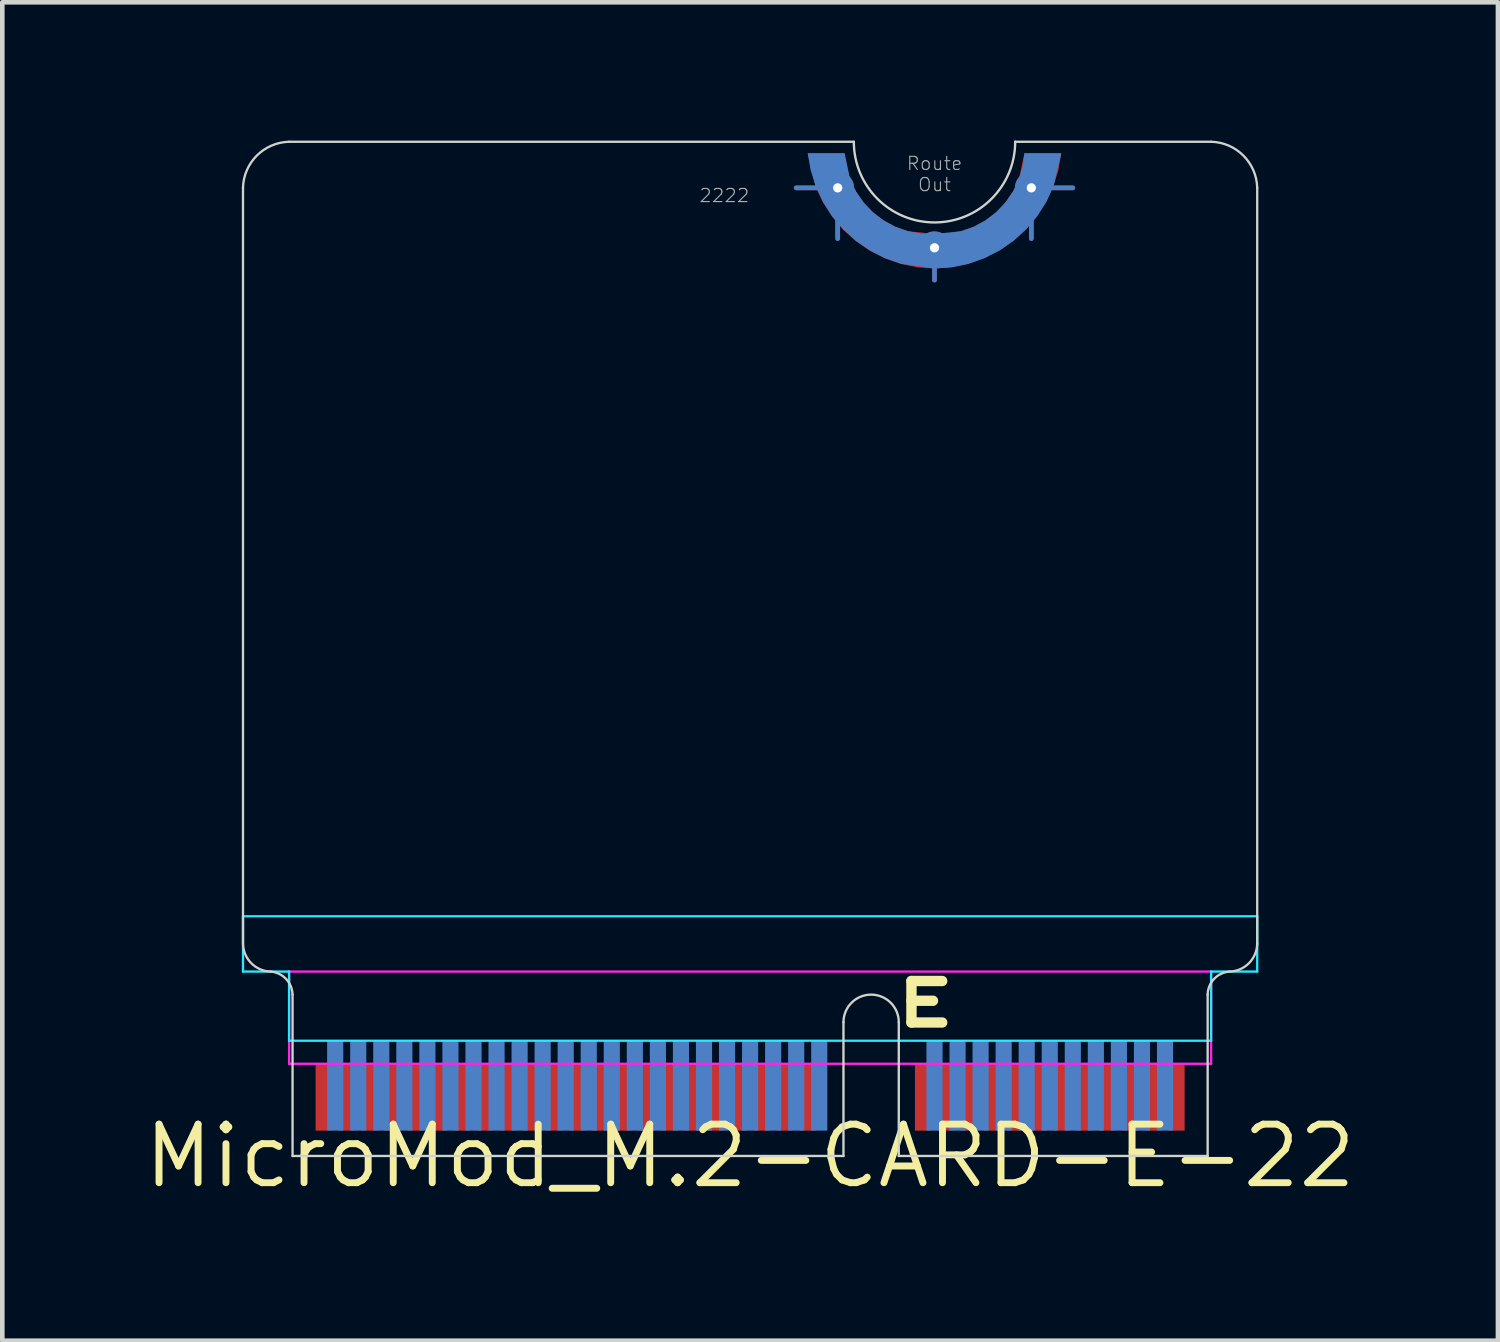
<source format=kicad_pcb>
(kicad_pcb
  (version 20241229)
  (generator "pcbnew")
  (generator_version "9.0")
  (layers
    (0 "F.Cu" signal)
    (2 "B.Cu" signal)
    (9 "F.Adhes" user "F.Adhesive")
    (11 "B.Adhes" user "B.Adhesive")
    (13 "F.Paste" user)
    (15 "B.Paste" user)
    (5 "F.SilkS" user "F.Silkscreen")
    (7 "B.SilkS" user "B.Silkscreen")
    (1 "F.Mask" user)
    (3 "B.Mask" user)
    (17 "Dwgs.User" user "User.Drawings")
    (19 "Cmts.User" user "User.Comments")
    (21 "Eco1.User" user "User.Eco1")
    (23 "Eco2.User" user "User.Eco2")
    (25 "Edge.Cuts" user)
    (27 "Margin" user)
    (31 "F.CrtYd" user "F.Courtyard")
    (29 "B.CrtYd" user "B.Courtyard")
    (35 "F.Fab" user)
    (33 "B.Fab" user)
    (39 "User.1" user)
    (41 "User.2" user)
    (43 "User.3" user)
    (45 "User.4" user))
  (footprint "MicroMod_M.2-CARD-E-22"
    (layer "F.Cu")
    (at 13.221 22.025)
    (property "Reference" "MicroMod_M.2-CARD-E-22" (at 0 0 0) (layer "F.SilkS") (effects (font (size 1.27 1.27) (thickness 0.15))))
    (attr exclude_from_pos_files exclude_from_bom)
    (fp_line (start 1.9 -21) (end 1 -21) (stroke (width 0.102) (type solid)) (layer "F.Cu"))
    (fp_line (start 1.9 -21) (end 1.9 -19.9) (stroke (width 0.102) (type solid)) (layer "F.Cu"))
    (fp_line (start 4 -19.7) (end 4 -19) (stroke (width 0.102) (type solid)) (layer "F.Cu"))
    (fp_line (start 6.1 -21) (end 6.1 -19.9) (stroke (width 0.102) (type solid)) (layer "F.Cu"))
    (fp_line (start 6.1 -21) (end 7 -21) (stroke (width 0.102) (type solid)) (layer "F.Cu"))
    (fp_poly (pts (xy 1.25 -21.75) (xy 2.05 -21.75) (xy 2.088 -21.462) (xy 2.171 -21.183) (xy 2.297 -20.921) (xy 2.462 -20.682) (xy 2.663 -20.471) (xy 2.893 -20.295) (xy 3.149 -20.156) (xy 3.423 -20.06) (xy 4 -20) (xy 4.291 -20.007) (xy 4.577 -20.06) (xy 4.851 -20.156) (xy 5.107 -20.295) (xy 5.337 -20.471) (xy 5.538 -20.682) (xy 5.703 -20.921) (xy 5.829 -21.183) (xy 5.95 -21.75) (xy 6.75 -21.75) (xy 6.687 -21.386) (xy 6.576 -21.034) (xy 6.42 -20.699) (xy 6.222 -20.388) (xy 5.983 -20.105) (xy 5.71 -19.857) (xy 5.406 -19.647) (xy 5.078 -19.478) (xy 4.73 -19.355) (xy 4.368 -19.278) (xy 4 -19.25) (xy 3.631 -19.276) (xy 3.268 -19.35) (xy 2.919 -19.473) (xy 2.589 -19.64) (xy 2.285 -19.85) (xy 2.011 -20.099) (xy 1.773 -20.383) (xy 1.574 -20.695) (xy 1.419 -21.031)) (stroke (width 0) (type solid)) (fill yes) (layer "F.Cu"))
    (fp_arc (start 6.75 -22) (mid 4 -19.25) (end 1.25 -22) (stroke (width 0.0508) (type solid)) (layer "F.Mask"))
    (fp_poly (pts (xy 1.25 -22) (xy 2.25 -22) (xy 2.277 -21.696) (xy 2.356 -21.401) (xy 2.484 -21.125) (xy 2.659 -20.875) (xy 2.875 -20.659) (xy 3.125 -20.484) (xy 3.401 -20.356) (xy 3.696 -20.277) (xy 4 -20.25) (xy 4.304 -20.277) (xy 4.599 -20.356) (xy 4.875 -20.484) (xy 5.125 -20.659) (xy 5.341 -20.875) (xy 5.516 -21.125) (xy 5.644 -21.401) (xy 5.75 -22) (xy 6.75 -22) (xy 6.726 -21.641) (xy 6.656 -21.288) (xy 6.541 -20.948) (xy 6.382 -20.625) (xy 6.182 -20.326) (xy 5.945 -20.055) (xy 5.674 -19.818) (xy 5.375 -19.618) (xy 5.052 -19.459) (xy 4.712 -19.344) (xy 4 -19.25) (xy 3.641 -19.274) (xy 3.288 -19.344) (xy 2.948 -19.459) (xy 2.625 -19.618) (xy 2.326 -19.818) (xy 2.055 -20.055) (xy 1.818 -20.326) (xy 1.618 -20.625) (xy 1.459 -20.948) (xy 1.344 -21.288) (xy 1.274 -21.641)) (stroke (width 0) (type solid)) (fill yes) (layer "F.Mask"))
    (fp_line (start 1.9 -21) (end 1 -21) (stroke (width 0.102) (type solid)) (layer "B.Cu"))
    (fp_line (start 1.9 -21) (end 1.9 -19.9) (stroke (width 0.102) (type solid)) (layer "B.Cu"))
    (fp_line (start 4 -19.7) (end 4 -19) (stroke (width 0.102) (type solid)) (layer "B.Cu"))
    (fp_line (start 6.1 -21) (end 6.1 -19.9) (stroke (width 0.102) (type solid)) (layer "B.Cu"))
    (fp_line (start 6.1 -21) (end 7 -21) (stroke (width 0.102) (type solid)) (layer "B.Cu"))
    (fp_poly (pts (xy 6.75 -21.75) (xy 5.95 -21.75) (xy 5.912 -21.462) (xy 5.829 -21.183) (xy 5.703 -20.921) (xy 5.538 -20.682) (xy 5.337 -20.471) (xy 5.107 -20.295) (xy 4.851 -20.156) (xy 4.577 -20.06) (xy 4 -20) (xy 3.709 -20.007) (xy 3.423 -20.06) (xy 3.149 -20.156) (xy 2.893 -20.295) (xy 2.663 -20.471) (xy 2.462 -20.682) (xy 2.297 -20.921) (xy 2.171 -21.183) (xy 2.05 -21.75) (xy 1.25 -21.75) (xy 1.25 -21.75) (xy 1.313 -21.386) (xy 1.424 -21.034) (xy 1.58 -20.699) (xy 1.778 -20.388) (xy 2.017 -20.105) (xy 2.29 -19.857) (xy 2.594 -19.647) (xy 2.922 -19.478) (xy 3.27 -19.355) (xy 4 -19.25) (xy 4 -19.25) (xy 4.369 -19.276) (xy 4.732 -19.35) (xy 5.081 -19.473) (xy 5.411 -19.64) (xy 5.715 -19.85) (xy 5.989 -20.099) (xy 6.227 -20.383) (xy 6.426 -20.695) (xy 6.581 -21.031)) (stroke (width 0) (type solid)) (fill yes) (layer "B.Cu"))
    (fp_arc (start 6.75 -22) (mid 4 -19.25) (end 1.25 -22) (stroke (width 0.0508) (type solid)) (layer "B.Mask"))
    (fp_poly (pts (xy 6.75 -22) (xy 5.75 -22) (xy 5.723 -21.696) (xy 5.644 -21.401) (xy 5.516 -21.125) (xy 5.341 -20.875) (xy 5.125 -20.659) (xy 4.875 -20.484) (xy 4.599 -20.356) (xy 4.304 -20.277) (xy 4 -20.25) (xy 3.696 -20.277) (xy 3.401 -20.356) (xy 3.125 -20.484) (xy 2.875 -20.659) (xy 2.659 -20.875) (xy 2.484 -21.125) (xy 2.356 -21.401) (xy 2.277 -21.696) (xy 2.25 -22) (xy 1.25 -22) (xy 1.274 -21.641) (xy 1.344 -21.288) (xy 1.459 -20.948) (xy 1.618 -20.625) (xy 1.818 -20.326) (xy 2.055 -20.055) (xy 2.326 -19.818) (xy 2.625 -19.618) (xy 2.948 -19.459) (xy 3.288 -19.344) (xy 3.641 -19.274) (xy 4 -19.25) (xy 4.359 -19.274) (xy 4.712 -19.344) (xy 5.052 -19.459) (xy 5.375 -19.618) (xy 5.674 -19.818) (xy 5.945 -20.055) (xy 6.182 -20.326) (xy 6.382 -20.625) (xy 6.541 -20.948) (xy 6.656 -21.288)) (stroke (width 0) (type solid)) (fill yes) (layer "B.Mask"))
    (fp_line (start -11 -21) (end -11 -4.6) (stroke (width 0.051) (type solid)) (layer "Edge.Cuts"))
    (fp_line (start -9.925 0) (end -9.925 -3.5) (stroke (width 0.051) (type solid)) (layer "Edge.Cuts"))
    (fp_line (start 2.025 -2.9) (end 2.025 0) (stroke (width 0.051) (type solid)) (layer "Edge.Cuts"))
    (fp_line (start 2.025 0) (end -9.925 0) (stroke (width 0.051) (type solid)) (layer "Edge.Cuts"))
    (fp_line (start 2.25 -22) (end -10 -22) (stroke (width 0.051) (type solid)) (layer "Edge.Cuts"))
    (fp_line (start 3.225 -2.9) (end 3.225 0) (stroke (width 0.051) (type solid)) (layer "Edge.Cuts"))
    (fp_line (start 9.925 -3.5) (end 9.925 0) (stroke (width 0.051) (type solid)) (layer "Edge.Cuts"))
    (fp_line (start 9.925 0) (end 3.225 0) (stroke (width 0.051) (type solid)) (layer "Edge.Cuts"))
    (fp_line (start 10 -22) (end 5.75 -22) (stroke (width 0.051) (type solid)) (layer "Edge.Cuts"))
    (fp_line (start 11 -21) (end 11 -4.6) (stroke (width 0.05) (type solid)) (layer "Edge.Cuts"))
    (fp_arc (start -11 -21) (mid -10.7 -21.7) (end -10 -22) (stroke (width 0.05) (type solid)) (layer "Edge.Cuts"))
    (fp_arc (start -10.400001 -3.999999) (mid -10.819362 -4.180638) (end -11 -4.6) (stroke (width 0.05) (type solid)) (layer "Edge.Cuts"))
    (fp_arc (start -10.4 -4) (mid -10.066759 -3.840954) (end -9.925 -3.5) (stroke (width 0.0508) (type solid)) (layer "Edge.Cuts"))
    (fp_arc (start 2.025 -2.9) (mid 2.625 -3.5) (end 3.225 -2.9) (stroke (width 0.0508) (type solid)) (layer "Edge.Cuts"))
    (fp_arc (start 5.75 -22) (mid 4 -20.25) (end 2.25 -22) (stroke (width 0.0508) (type solid)) (layer "Edge.Cuts"))
    (fp_arc (start 9.925 -3.5) (mid 10.065344 -3.842298) (end 10.4 -4) (stroke (width 0.0508) (type solid)) (layer "Edge.Cuts"))
    (fp_arc (start 10 -22) (mid 10.7 -21.7) (end 11 -21) (stroke (width 0.05) (type solid)) (layer "Edge.Cuts"))
    (fp_arc (start 10.999999 -4.599999) (mid 10.819361 -4.180638) (end 10.4 -4) (stroke (width 0.05) (type solid)) (layer "Edge.Cuts"))
    (fp_line (start -11 -5.2) (end -11 -4) (stroke (width 0.05) (type solid)) (layer "B.CrtYd"))
    (fp_line (start -11 -5.2) (end 11 -5.2) (stroke (width 0.05) (type solid)) (layer "B.CrtYd"))
    (fp_line (start -10 -4) (end -11 -4) (stroke (width 0.05) (type solid)) (layer "B.CrtYd"))
    (fp_line (start -10 -4) (end -10 -2.5) (stroke (width 0.05) (type solid)) (layer "B.CrtYd"))
    (fp_line (start -10 -2.5) (end 10 -2.5) (stroke (width 0.05) (type solid)) (layer "B.CrtYd"))
    (fp_line (start 10 -2.5) (end 10 -4) (stroke (width 0.05) (type solid)) (layer "B.CrtYd"))
    (fp_line (start 11 -4) (end 10 -4) (stroke (width 0.05) (type solid)) (layer "B.CrtYd"))
    (fp_line (start 11 -4) (end 11 -5.2) (stroke (width 0.05) (type solid)) (layer "B.CrtYd"))
    (fp_line (start -10 -4) (end 10 -4) (stroke (width 0.05) (type solid)) (layer "F.CrtYd"))
    (fp_line (start -10 -2) (end -10 -4) (stroke (width 0.05) (type solid)) (layer "F.CrtYd"))
    (fp_line (start -10 -2) (end 10 -2) (stroke (width 0.05) (type solid)) (layer "F.CrtYd"))
    (fp_line (start 10 -2) (end 10 -4) (stroke (width 0.05) (type solid)) (layer "F.CrtYd"))
    (fp_text user "E" (at 3.8 -3.3 0) (layer "F.SilkS") (effects (font (size 0.9 1.4) (thickness 0.225))))
    (fp_text user "2222" (at 0 -21 0) (layer "F.Fab") (effects (font (size 0.285 0.285) (thickness 0.024)) (justify right top)))
    (fp_text user "Route\nOut" (at 4 -21.3 0) (layer "F.Fab") (effects (font (size 0.285 0.285) (thickness 0.024))))
    (pad "1" smd rect (at 9.25 -1.275 180) (size 0.35 1.45) (layers "F.Cu" "F.Mask"))
    (pad "2" smd rect (at 9 -1.525) (size 0.35 1.95) (layers "B.Cu" "B.Mask"))
    (pad "3" smd rect (at 8.75 -1.275 180) (size 0.35 1.45) (layers "F.Cu" "F.Mask"))
    (pad "4" smd rect (at 8.5 -1.525) (size 0.35 1.95) (layers "B.Cu" "B.Mask"))
    (pad "5" smd rect (at 8.25 -1.275 180) (size 0.35 1.45) (layers "F.Cu" "F.Mask"))
    (pad "6" smd rect (at 8 -1.525) (size 0.35 1.95) (layers "B.Cu" "B.Mask"))
    (pad "7" smd rect (at 7.75 -1.275 180) (size 0.35 1.45) (layers "F.Cu" "F.Mask"))
    (pad "8" smd rect (at 7.5 -1.525) (size 0.35 1.95) (layers "B.Cu" "B.Mask"))
    (pad "9" smd rect (at 7.25 -1.275 180) (size 0.35 1.45) (layers "F.Cu" "F.Mask"))
    (pad "10" smd rect (at 7 -1.525) (size 0.35 1.95) (layers "B.Cu" "B.Mask"))
    (pad "11" smd rect (at 6.75 -1.275 180) (size 0.35 1.45) (layers "F.Cu" "F.Mask"))
    (pad "12" smd rect (at 6.5 -1.525) (size 0.35 1.95) (layers "B.Cu" "B.Mask"))
    (pad "13" smd rect (at 6.25 -1.275 180) (size 0.35 1.45) (layers "F.Cu" "F.Mask"))
    (pad "14" smd rect (at 6 -1.525) (size 0.35 1.95) (layers "B.Cu" "B.Mask"))
    (pad "15" smd rect (at 5.75 -1.275 180) (size 0.35 1.45) (layers "F.Cu" "F.Mask"))
    (pad "16" smd rect (at 5.5 -1.525) (size 0.35 1.95) (layers "B.Cu" "B.Mask"))
    (pad "17" smd rect (at 5.25 -1.275 180) (size 0.35 1.45) (layers "F.Cu" "F.Mask"))
    (pad "18" smd rect (at 5 -1.525) (size 0.35 1.95) (layers "B.Cu" "B.Mask"))
    (pad "19" smd rect (at 4.75 -1.275 180) (size 0.35 1.45) (layers "F.Cu" "F.Mask"))
    (pad "20" smd rect (at 4.5 -1.525) (size 0.35 1.95) (layers "B.Cu" "B.Mask"))
    (pad "21" smd rect (at 4.25 -1.275 180) (size 0.35 1.45) (layers "F.Cu" "F.Mask"))
    (pad "22" smd rect (at 4 -1.525) (size 0.35 1.95) (layers "B.Cu" "B.Mask"))
    (pad "23" smd rect (at 3.75 -1.275 180) (size 0.35 1.45) (layers "F.Cu" "F.Mask"))
    (pad "32" smd rect (at 1.5 -1.525) (size 0.35 1.95) (layers "B.Cu" "B.Mask"))
    (pad "33" smd rect (at 1.25 -1.275 180) (size 0.35 1.45) (layers "F.Cu" "F.Mask"))
    (pad "34" smd rect (at 1 -1.525) (size 0.35 1.95) (layers "B.Cu" "B.Mask"))
    (pad "35" smd rect (at 0.75 -1.275 180) (size 0.35 1.45) (layers "F.Cu" "F.Mask"))
    (pad "36" smd rect (at 0.5 -1.525) (size 0.35 1.95) (layers "B.Cu" "B.Mask"))
    (pad "37" smd rect (at 0.25 -1.275 180) (size 0.35 1.45) (layers "F.Cu" "F.Mask"))
    (pad "38" smd rect (at 0 -1.525) (size 0.35 1.95) (layers "B.Cu" "B.Mask"))
    (pad "39" smd rect (at -0.25 -1.275 180) (size 0.35 1.45) (layers "F.Cu" "F.Mask"))
    (pad "40" smd rect (at -0.5 -1.525) (size 0.35 1.95) (layers "B.Cu" "B.Mask"))
    (pad "41" smd rect (at -0.75 -1.275 180) (size 0.35 1.45) (layers "F.Cu" "F.Mask"))
    (pad "42" smd rect (at -1 -1.525) (size 0.35 1.95) (layers "B.Cu" "B.Mask"))
    (pad "43" smd rect (at -1.25 -1.275 180) (size 0.35 1.45) (layers "F.Cu" "F.Mask"))
    (pad "44" smd rect (at -1.5 -1.525) (size 0.35 1.95) (layers "B.Cu" "B.Mask"))
    (pad "45" smd rect (at -1.75 -1.275 180) (size 0.35 1.45) (layers "F.Cu" "F.Mask"))
    (pad "46" smd rect (at -2 -1.525) (size 0.35 1.95) (layers "B.Cu" "B.Mask"))
    (pad "47" smd rect (at -2.25 -1.275 180) (size 0.35 1.45) (layers "F.Cu" "F.Mask"))
    (pad "48" smd rect (at -2.5 -1.525) (size 0.35 1.95) (layers "B.Cu" "B.Mask"))
    (pad "49" smd rect (at -2.75 -1.275 180) (size 0.35 1.45) (layers "F.Cu" "F.Mask"))
    (pad "50" smd rect (at -3 -1.525) (size 0.35 1.95) (layers "B.Cu" "B.Mask"))
    (pad "51" smd rect (at -3.25 -1.275 180) (size 0.35 1.45) (layers "F.Cu" "F.Mask"))
    (pad "52" smd rect (at -3.5 -1.525) (size 0.35 1.95) (layers "B.Cu" "B.Mask"))
    (pad "53" smd rect (at -3.75 -1.275 180) (size 0.35 1.45) (layers "F.Cu" "F.Mask"))
    (pad "54" smd rect (at -4 -1.525) (size 0.35 1.95) (layers "B.Cu" "B.Mask"))
    (pad "55" smd rect (at -4.25 -1.275 180) (size 0.35 1.45) (layers "F.Cu" "F.Mask"))
    (pad "56" smd rect (at -4.5 -1.525) (size 0.35 1.95) (layers "B.Cu" "B.Mask"))
    (pad "57" smd rect (at -4.75 -1.275 180) (size 0.35 1.45) (layers "F.Cu" "F.Mask"))
    (pad "58" smd rect (at -5 -1.525) (size 0.35 1.95) (layers "B.Cu" "B.Mask"))
    (pad "59" smd rect (at -5.25 -1.275 180) (size 0.35 1.45) (layers "F.Cu" "F.Mask"))
    (pad "60" smd rect (at -5.5 -1.525) (size 0.35 1.95) (layers "B.Cu" "B.Mask"))
    (pad "61" smd rect (at -5.75 -1.275 180) (size 0.35 1.45) (layers "F.Cu" "F.Mask"))
    (pad "62" smd rect (at -6 -1.525) (size 0.35 1.95) (layers "B.Cu" "B.Mask"))
    (pad "63" smd rect (at -6.25 -1.275 180) (size 0.35 1.45) (layers "F.Cu" "F.Mask"))
    (pad "64" smd rect (at -6.5 -1.525) (size 0.35 1.95) (layers "B.Cu" "B.Mask"))
    (pad "65" smd rect (at -6.75 -1.275 180) (size 0.35 1.45) (layers "F.Cu" "F.Mask"))
    (pad "66" smd rect (at -7 -1.525) (size 0.35 1.95) (layers "B.Cu" "B.Mask"))
    (pad "67" smd rect (at -7.25 -1.275 180) (size 0.35 1.45) (layers "F.Cu" "F.Mask"))
    (pad "68" smd rect (at -7.5 -1.525) (size 0.35 1.95) (layers "B.Cu" "B.Mask"))
    (pad "69" smd rect (at -7.75 -1.275 180) (size 0.35 1.45) (layers "F.Cu" "F.Mask"))
    (pad "70" smd rect (at -8 -1.525) (size 0.35 1.95) (layers "B.Cu" "B.Mask"))
    (pad "71" smd rect (at -8.25 -1.275 180) (size 0.35 1.45) (layers "F.Cu" "F.Mask"))
    (pad "72" smd rect (at -8.5 -1.525) (size 0.35 1.95) (layers "B.Cu" "B.Mask"))
    (pad "73" smd rect (at -8.75 -1.275 180) (size 0.35 1.45) (layers "F.Cu" "F.Mask"))
    (pad "74" smd rect (at -9 -1.525) (size 0.35 1.95) (layers "B.Cu" "B.Mask"))
    (pad "75" smd rect (at -9.25 -1.275 180) (size 0.35 1.45) (layers "F.Cu" "F.Mask"))
    (pad "S" thru_hole circle (at 1.9 -21) (size 0.708 0.708) (drill 0.2) (layers "*.Cu" "*.Mask"))
    (pad "S" thru_hole circle (at 4 -19.7) (size 0.708 0.708) (drill 0.2) (layers "*.Cu" "*.Mask"))
    (pad "S" thru_hole circle (at 6.1 -21) (size 0.708 0.708) (drill 0.2) (layers "*.Cu" "*.Mask")))
  (gr_rect
    (start -3 -3)
    (end 29.443 26.032)
    (stroke (width 0.1) (type default))
    (fill no)
    (layer "Edge.Cuts")))
</source>
